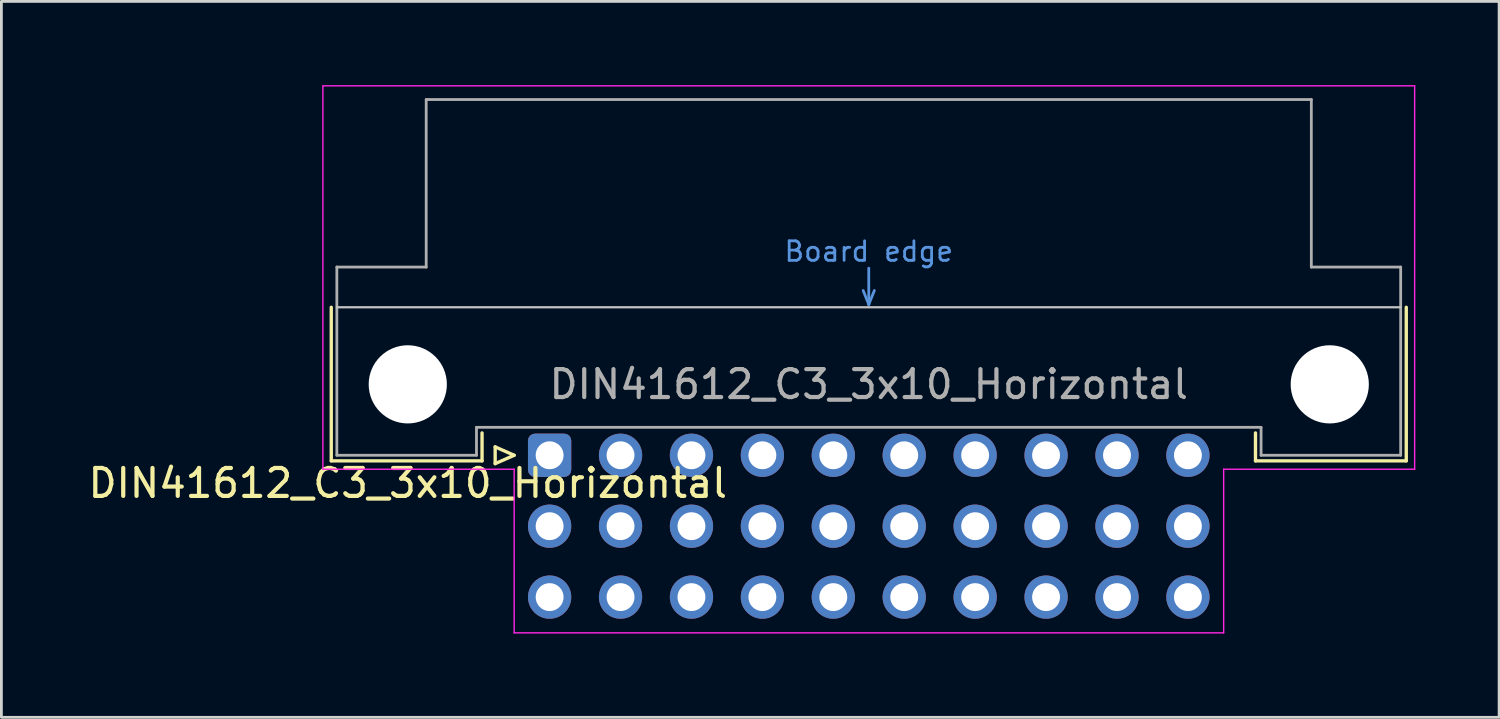
<source format=kicad_pcb>
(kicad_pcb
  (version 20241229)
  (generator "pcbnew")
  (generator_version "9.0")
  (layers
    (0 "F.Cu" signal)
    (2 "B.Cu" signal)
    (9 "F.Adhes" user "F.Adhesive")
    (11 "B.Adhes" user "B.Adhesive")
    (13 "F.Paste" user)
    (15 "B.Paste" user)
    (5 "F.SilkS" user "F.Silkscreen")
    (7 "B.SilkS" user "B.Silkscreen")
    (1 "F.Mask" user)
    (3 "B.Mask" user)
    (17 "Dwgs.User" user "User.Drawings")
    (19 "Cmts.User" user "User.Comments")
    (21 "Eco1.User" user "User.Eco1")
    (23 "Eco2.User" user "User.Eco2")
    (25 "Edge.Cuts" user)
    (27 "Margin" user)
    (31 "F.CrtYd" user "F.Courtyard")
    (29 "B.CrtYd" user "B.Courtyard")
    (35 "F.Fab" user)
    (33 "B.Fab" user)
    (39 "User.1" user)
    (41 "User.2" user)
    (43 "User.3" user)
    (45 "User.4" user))
  (footprint "DIN41612_C3_3x10_Horizontal"
    (layer "F.Cu")
    (at 16.634 13.255)
    (property "Reference" "DIN41612_C3_3x10_Horizontal" (at -5.08 1 0) (layer "F.SilkS") (effects (font (size 1 1) (thickness 0.15))))
    (attr through_hole)
    (fp_line (start -7.82 -5.3) (end -7.82 0.2) (stroke (width 0.12) (type solid)) (layer "F.SilkS"))
    (fp_line (start -7.82 0.2) (end -2.42 0.2) (stroke (width 0.12) (type solid)) (layer "F.SilkS"))
    (fp_line (start -2.42 0.2) (end -2.42 -0.8) (stroke (width 0.12) (type solid)) (layer "F.SilkS"))
    (fp_line (start -1.95 -0.3) (end -1.95 0.3) (stroke (width 0.12) (type solid)) (layer "F.SilkS"))
    (fp_line (start -1.95 0.3) (end -1.27 0) (stroke (width 0.12) (type solid)) (layer "F.SilkS"))
    (fp_line (start -1.27 0) (end -1.95 -0.3) (stroke (width 0.12) (type solid)) (layer "F.SilkS"))
    (fp_line (start 25.28 0.2) (end 25.28 -0.8) (stroke (width 0.12) (type solid)) (layer "F.SilkS"))
    (fp_line (start 30.68 -5.3) (end 30.68 0.2) (stroke (width 0.12) (type solid)) (layer "F.SilkS"))
    (fp_line (start 30.68 0.2) (end 25.28 0.2) (stroke (width 0.12) (type solid)) (layer "F.SilkS"))
    (fp_line (start -7.62 -5.3) (end 30.48 -5.3) (stroke (width 0.08) (type solid)) (layer "Dwgs.User"))
    (fp_line (start 11.23 -5.9) (end 11.43 -5.4) (stroke (width 0.1) (type solid)) (layer "Cmts.User"))
    (fp_line (start 11.43 -5.4) (end 11.43 -6.7) (stroke (width 0.1) (type solid)) (layer "Cmts.User"))
    (fp_line (start 11.43 -5.4) (end 11.63 -5.9) (stroke (width 0.1) (type solid)) (layer "Cmts.User"))
    (fp_line (start -8.12 -13.23) (end -8.12 0.5) (stroke (width 0.05) (type solid)) (layer "F.CrtYd"))
    (fp_line (start -8.12 0.5) (end -1.27 0.5) (stroke (width 0.05) (type solid)) (layer "F.CrtYd"))
    (fp_line (start -1.27 0.5) (end -1.27 6.36) (stroke (width 0.05) (type solid)) (layer "F.CrtYd"))
    (fp_line (start -1.27 6.36) (end 24.14 6.36) (stroke (width 0.05) (type solid)) (layer "F.CrtYd"))
    (fp_line (start 24.14 0.5) (end 30.98 0.5) (stroke (width 0.05) (type solid)) (layer "F.CrtYd"))
    (fp_line (start 24.14 6.36) (end 24.14 0.5) (stroke (width 0.05) (type solid)) (layer "F.CrtYd"))
    (fp_line (start 30.98 -13.23) (end -8.12 -13.23) (stroke (width 0.05) (type solid)) (layer "F.CrtYd"))
    (fp_line (start 30.98 0.5) (end 30.98 -13.23) (stroke (width 0.05) (type solid)) (layer "F.CrtYd"))
    (fp_line (start -7.62 -6.74) (end -7.62 0) (stroke (width 0.1) (type solid)) (layer "F.Fab"))
    (fp_line (start -7.62 0) (end -2.62 0) (stroke (width 0.1) (type solid)) (layer "F.Fab"))
    (fp_line (start -4.42 -12.74) (end -4.42 -6.74) (stroke (width 0.1) (type solid)) (layer "F.Fab"))
    (fp_line (start -4.42 -6.74) (end -7.62 -6.74) (stroke (width 0.1) (type solid)) (layer "F.Fab"))
    (fp_line (start -2.62 -1) (end 25.48 -1) (stroke (width 0.1) (type solid)) (layer "F.Fab"))
    (fp_line (start -2.62 0) (end -2.62 -1) (stroke (width 0.1) (type solid)) (layer "F.Fab"))
    (fp_line (start 25.48 -1) (end 25.48 0) (stroke (width 0.1) (type solid)) (layer "F.Fab"))
    (fp_line (start 25.48 0) (end 30.48 0) (stroke (width 0.1) (type solid)) (layer "F.Fab"))
    (fp_line (start 27.28 -12.74) (end -4.42 -12.74) (stroke (width 0.1) (type solid)) (layer "F.Fab"))
    (fp_line (start 27.28 -6.74) (end 27.28 -12.74) (stroke (width 0.1) (type solid)) (layer "F.Fab"))
    (fp_line (start 30.48 -6.74) (end 27.28 -6.74) (stroke (width 0.1) (type solid)) (layer "F.Fab"))
    (fp_line (start 30.48 0) (end 30.48 -6.74) (stroke (width 0.1) (type solid)) (layer "F.Fab"))
    (fp_text user "Board edge" (at 11.43 -7.3 0) (layer "Cmts.User") (effects (font (size 0.7 0.7) (thickness 0.1))))
    (fp_text user "${REFERENCE}" (at 11.43 -2.54 0) (layer "F.Fab") (effects (font (size 1 1) (thickness 0.15))))
    (pad "" np_thru_hole circle (at -5.08 -2.54) (size 2.8 2.8) (drill 2.8) (layers "*.Cu" "*.Mask"))
    (pad "" np_thru_hole circle (at 27.94 -2.54) (size 2.8 2.8) (drill 2.8) (layers "*.Cu" "*.Mask"))
    (pad "a1" thru_hole roundrect (at 0 0) (size 1.55 1.55) (drill 1) (layers "*.Cu" "*.Mask") (roundrect_rratio 0.161))
    (pad "a2" thru_hole circle (at 2.54 0) (size 1.55 1.55) (drill 1) (layers "*.Cu" "*.Mask"))
    (pad "a3" thru_hole circle (at 5.08 0) (size 1.55 1.55) (drill 1) (layers "*.Cu" "*.Mask"))
    (pad "a4" thru_hole circle (at 7.62 0) (size 1.55 1.55) (drill 1) (layers "*.Cu" "*.Mask"))
    (pad "a5" thru_hole circle (at 10.16 0) (size 1.55 1.55) (drill 1) (layers "*.Cu" "*.Mask"))
    (pad "a6" thru_hole circle (at 12.7 0) (size 1.55 1.55) (drill 1) (layers "*.Cu" "*.Mask"))
    (pad "a7" thru_hole circle (at 15.24 0) (size 1.55 1.55) (drill 1) (layers "*.Cu" "*.Mask"))
    (pad "a8" thru_hole circle (at 17.78 0) (size 1.55 1.55) (drill 1) (layers "*.Cu" "*.Mask"))
    (pad "a9" thru_hole circle (at 20.32 0) (size 1.55 1.55) (drill 1) (layers "*.Cu" "*.Mask"))
    (pad "a10" thru_hole circle (at 22.86 0) (size 1.55 1.55) (drill 1) (layers "*.Cu" "*.Mask"))
    (pad "b1" thru_hole circle (at 0 2.54) (size 1.55 1.55) (drill 1) (layers "*.Cu" "*.Mask"))
    (pad "b2" thru_hole circle (at 2.54 2.54) (size 1.55 1.55) (drill 1) (layers "*.Cu" "*.Mask"))
    (pad "b3" thru_hole circle (at 5.08 2.54) (size 1.55 1.55) (drill 1) (layers "*.Cu" "*.Mask"))
    (pad "b4" thru_hole circle (at 7.62 2.54) (size 1.55 1.55) (drill 1) (layers "*.Cu" "*.Mask"))
    (pad "b5" thru_hole circle (at 10.16 2.54) (size 1.55 1.55) (drill 1) (layers "*.Cu" "*.Mask"))
    (pad "b6" thru_hole circle (at 12.7 2.54) (size 1.55 1.55) (drill 1) (layers "*.Cu" "*.Mask"))
    (pad "b7" thru_hole circle (at 15.24 2.54) (size 1.55 1.55) (drill 1) (layers "*.Cu" "*.Mask"))
    (pad "b8" thru_hole circle (at 17.78 2.54) (size 1.55 1.55) (drill 1) (layers "*.Cu" "*.Mask"))
    (pad "b9" thru_hole circle (at 20.32 2.54) (size 1.55 1.55) (drill 1) (layers "*.Cu" "*.Mask"))
    (pad "b10" thru_hole circle (at 22.86 2.54) (size 1.55 1.55) (drill 1) (layers "*.Cu" "*.Mask"))
    (pad "c1" thru_hole circle (at 0 5.08) (size 1.55 1.55) (drill 1) (layers "*.Cu" "*.Mask"))
    (pad "c2" thru_hole circle (at 2.54 5.08) (size 1.55 1.55) (drill 1) (layers "*.Cu" "*.Mask"))
    (pad "c3" thru_hole circle (at 5.08 5.08) (size 1.55 1.55) (drill 1) (layers "*.Cu" "*.Mask"))
    (pad "c4" thru_hole circle (at 7.62 5.08) (size 1.55 1.55) (drill 1) (layers "*.Cu" "*.Mask"))
    (pad "c5" thru_hole circle (at 10.16 5.08) (size 1.55 1.55) (drill 1) (layers "*.Cu" "*.Mask"))
    (pad "c6" thru_hole circle (at 12.7 5.08) (size 1.55 1.55) (drill 1) (layers "*.Cu" "*.Mask"))
    (pad "c7" thru_hole circle (at 15.24 5.08) (size 1.55 1.55) (drill 1) (layers "*.Cu" "*.Mask"))
    (pad "c8" thru_hole circle (at 17.78 5.08) (size 1.55 1.55) (drill 1) (layers "*.Cu" "*.Mask"))
    (pad "c9" thru_hole circle (at 20.32 5.08) (size 1.55 1.55) (drill 1) (layers "*.Cu" "*.Mask"))
    (pad "c10" thru_hole circle (at 22.86 5.08) (size 1.55 1.55) (drill 1) (layers "*.Cu" "*.Mask")))
  (gr_rect
    (start -3 -3)
    (end 50.639 22.64)
    (stroke (width 0.1) (type default))
    (fill no)
    (layer "Edge.Cuts")))
</source>
